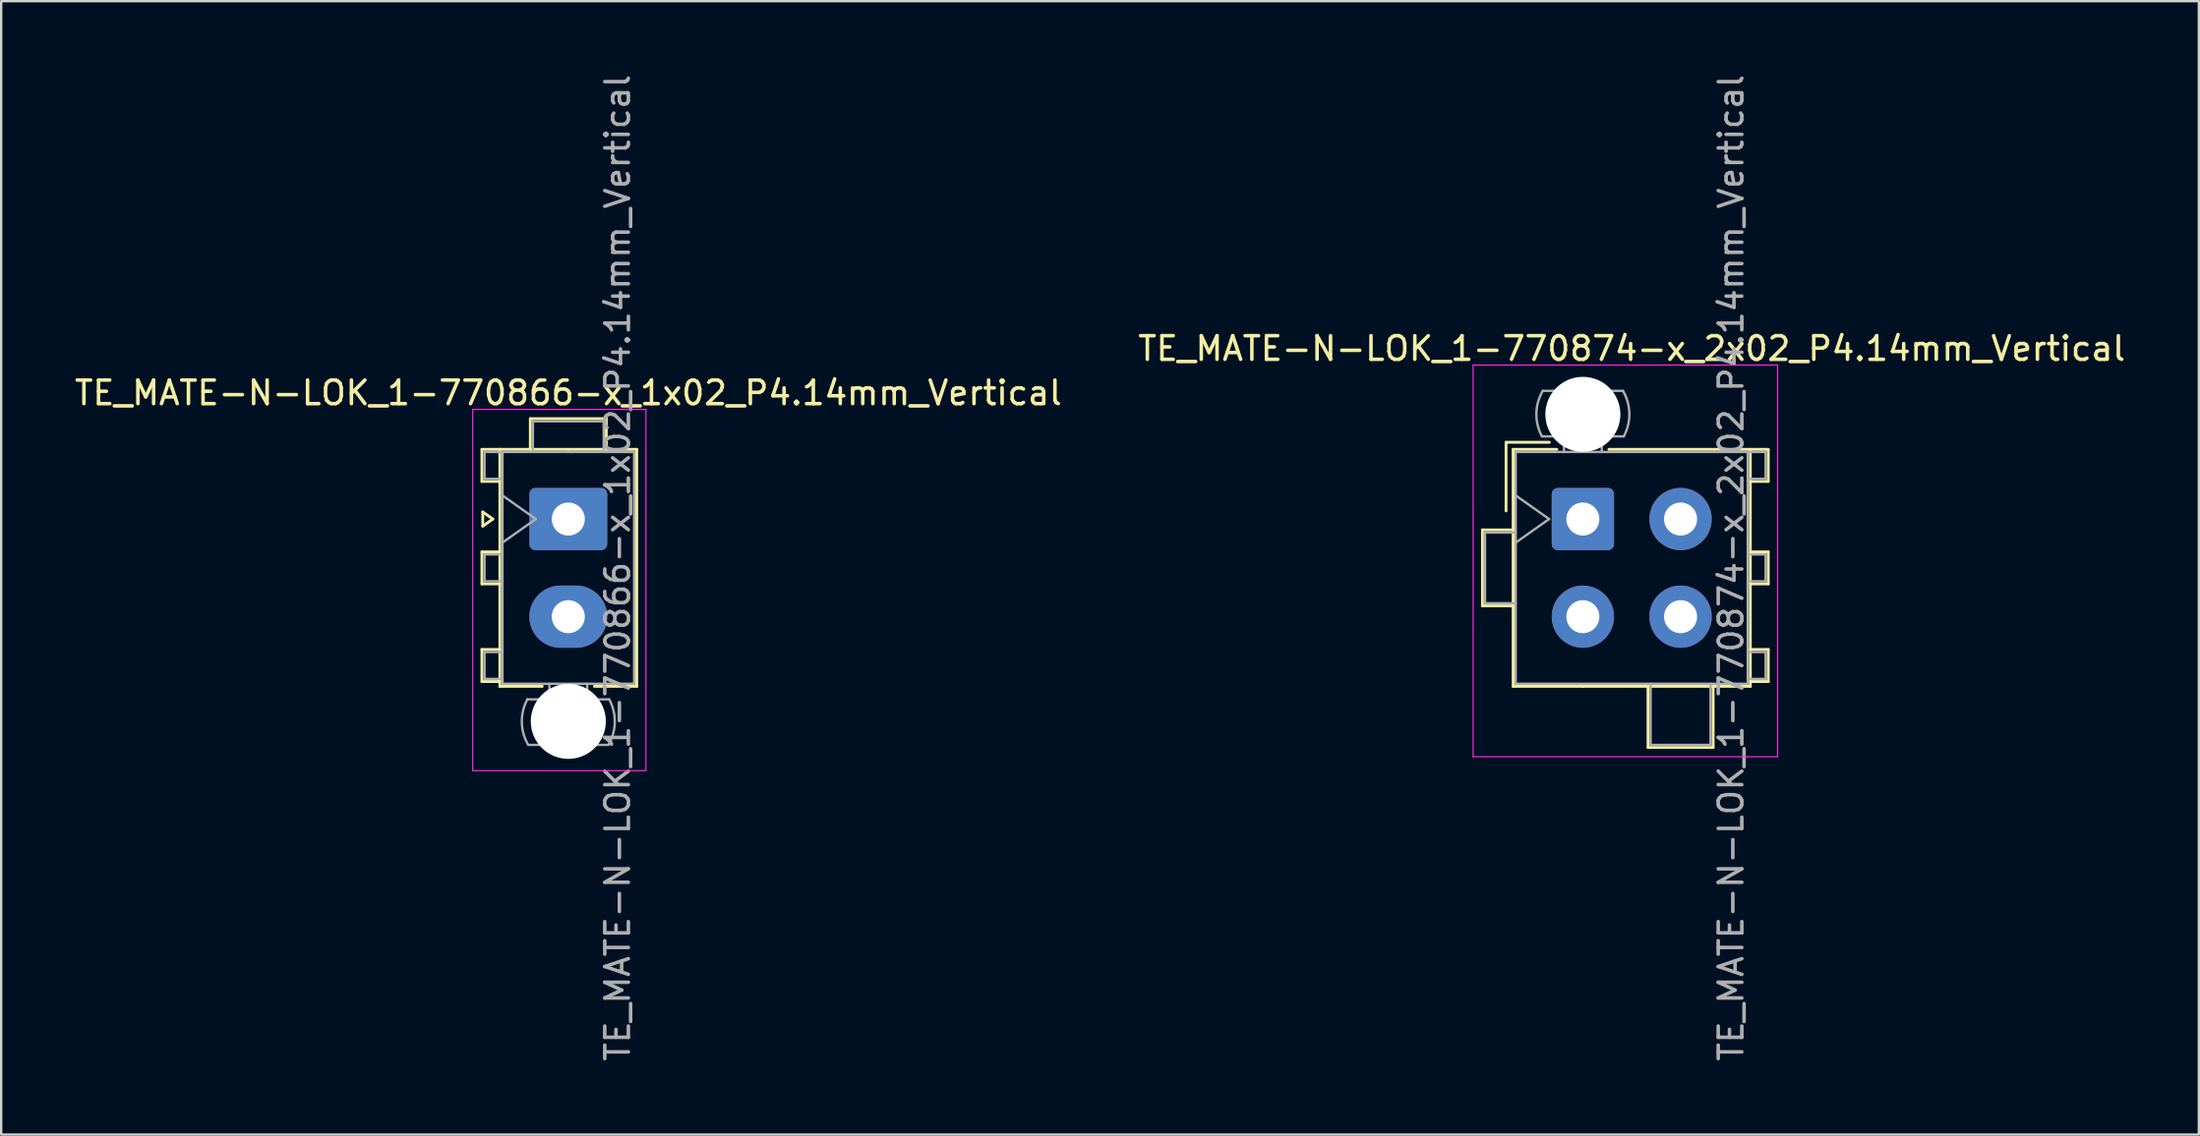
<source format=kicad_pcb>
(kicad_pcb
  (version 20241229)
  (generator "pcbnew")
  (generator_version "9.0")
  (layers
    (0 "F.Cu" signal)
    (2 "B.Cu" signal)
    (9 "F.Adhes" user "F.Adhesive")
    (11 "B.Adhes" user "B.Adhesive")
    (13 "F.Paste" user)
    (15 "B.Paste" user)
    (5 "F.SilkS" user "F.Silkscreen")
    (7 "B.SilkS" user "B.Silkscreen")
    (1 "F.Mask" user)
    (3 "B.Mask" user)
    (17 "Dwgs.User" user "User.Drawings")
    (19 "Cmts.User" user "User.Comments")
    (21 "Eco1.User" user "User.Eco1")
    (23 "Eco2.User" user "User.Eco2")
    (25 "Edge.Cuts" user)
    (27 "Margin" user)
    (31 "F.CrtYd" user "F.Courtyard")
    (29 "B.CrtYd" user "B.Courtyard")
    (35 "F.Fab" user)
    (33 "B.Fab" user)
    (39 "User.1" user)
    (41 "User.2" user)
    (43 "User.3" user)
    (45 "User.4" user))
  (footprint "TE_MATE-N-LOK_1-770874-x_2x02_P4.14mm_Vertical"
    (layer "F.Cu")
    (at 64.019 18.96)
    (property "Reference" "TE_MATE-N-LOK_1-770874-x_2x02_P4.14mm_Vertical" (at 2.07 -7.23 0) (layer "F.SilkS") (effects (font (size 1 1) (thickness 0.15))))
    (attr through_hole)
    (fp_line (start -4.255 0.46) (end -4.255 3.68) (stroke (width 0.12) (type solid)) (layer "F.SilkS"))
    (fp_line (start -4.255 3.68) (end -2.955 3.68) (stroke (width 0.12) (type solid)) (layer "F.SilkS"))
    (fp_line (start -3.255 -3.255) (end -3.255 -0.345) (stroke (width 0.12) (type solid)) (layer "F.SilkS"))
    (fp_line (start -2.955 -2.955) (end -2.955 7.095) (stroke (width 0.12) (type solid)) (layer "F.SilkS"))
    (fp_line (start -2.955 0.46) (end -4.255 0.46) (stroke (width 0.12) (type solid)) (layer "F.SilkS"))
    (fp_line (start -2.955 7.095) (end 0 7.095) (stroke (width 0.12) (type solid)) (layer "F.SilkS"))
    (fp_line (start -1.421 -3.255) (end -3.255 -3.255) (stroke (width 0.12) (type solid)) (layer "F.SilkS"))
    (fp_line (start -1.103 -2.955) (end -2.955 -2.955) (stroke (width 0.12) (type solid)) (layer "F.SilkS"))
    (fp_line (start 1.103 -2.955) (end 7.095 -2.955) (stroke (width 0.12) (type solid)) (layer "F.SilkS"))
    (fp_line (start 2.76 7.095) (end 2.76 9.686) (stroke (width 0.12) (type solid)) (layer "F.SilkS"))
    (fp_line (start 2.76 9.686) (end 5.52 9.686) (stroke (width 0.12) (type solid)) (layer "F.SilkS"))
    (fp_line (start 5.52 9.686) (end 5.52 7.095) (stroke (width 0.12) (type solid)) (layer "F.SilkS"))
    (fp_line (start 7.095 -2.955) (end 7.095 7.095) (stroke (width 0.12) (type solid)) (layer "F.SilkS"))
    (fp_line (start 7.095 -2.955) (end 7.855 -2.955) (stroke (width 0.12) (type solid)) (layer "F.SilkS"))
    (fp_line (start 7.095 1.39) (end 7.855 1.39) (stroke (width 0.12) (type solid)) (layer "F.SilkS"))
    (fp_line (start 7.095 5.53) (end 7.855 5.53) (stroke (width 0.12) (type solid)) (layer "F.SilkS"))
    (fp_line (start 7.095 7.095) (end 0 7.095) (stroke (width 0.12) (type solid)) (layer "F.SilkS"))
    (fp_line (start 7.855 -2.955) (end 7.855 -1.595) (stroke (width 0.12) (type solid)) (layer "F.SilkS"))
    (fp_line (start 7.855 -1.595) (end 7.095 -1.595) (stroke (width 0.12) (type solid)) (layer "F.SilkS"))
    (fp_line (start 7.855 1.39) (end 7.855 2.75) (stroke (width 0.12) (type solid)) (layer "F.SilkS"))
    (fp_line (start 7.855 2.75) (end 7.095 2.75) (stroke (width 0.12) (type solid)) (layer "F.SilkS"))
    (fp_line (start 7.855 5.53) (end 7.855 6.89) (stroke (width 0.12) (type solid)) (layer "F.SilkS"))
    (fp_line (start 7.855 6.89) (end 7.095 6.89) (stroke (width 0.12) (type solid)) (layer "F.SilkS"))
    (fp_line (start -4.65 -6.53) (end -4.65 10.08) (stroke (width 0.05) (type solid)) (layer "F.CrtYd"))
    (fp_line (start -4.65 10.08) (end 8.25 10.08) (stroke (width 0.05) (type solid)) (layer "F.CrtYd"))
    (fp_line (start 8.25 -6.53) (end -4.65 -6.53) (stroke (width 0.05) (type solid)) (layer "F.CrtYd"))
    (fp_line (start 8.25 10.08) (end 8.25 -6.53) (stroke (width 0.05) (type solid)) (layer "F.CrtYd"))
    (fp_line (start -4.145 0.57) (end -4.145 3.57) (stroke (width 0.1) (type solid)) (layer "F.Fab"))
    (fp_line (start -4.145 3.57) (end -2.845 3.57) (stroke (width 0.1) (type solid)) (layer "F.Fab"))
    (fp_line (start -2.845 -2.845) (end -2.845 6.985) (stroke (width 0.1) (type solid)) (layer "F.Fab"))
    (fp_line (start -2.845 -1) (end -1.431 0) (stroke (width 0.1) (type solid)) (layer "F.Fab"))
    (fp_line (start -2.845 0.57) (end -4.145 0.57) (stroke (width 0.1) (type solid)) (layer "F.Fab"))
    (fp_line (start -2.845 6.985) (end 6.985 6.985) (stroke (width 0.1) (type solid)) (layer "F.Fab"))
    (fp_line (start -1.431 0) (end -2.845 1) (stroke (width 0.1) (type solid)) (layer "F.Fab"))
    (fp_line (start -0.8 -2.845) (end -0.8 -3.505) (stroke (width 0.1) (type solid)) (layer "F.Fab"))
    (fp_line (start 0.8 -2.845) (end 0.8 -3.505) (stroke (width 0.1) (type solid)) (layer "F.Fab"))
    (fp_line (start 1.7 -5.436) (end -1.7 -5.436) (stroke (width 0.1) (type solid)) (layer "F.Fab"))
    (fp_line (start 1.734 -3.505) (end -1.734 -3.505) (stroke (width 0.1) (type solid)) (layer "F.Fab"))
    (fp_line (start 2.87 6.985) (end 2.87 9.576) (stroke (width 0.1) (type solid)) (layer "F.Fab"))
    (fp_line (start 2.87 9.576) (end 5.41 9.576) (stroke (width 0.1) (type solid)) (layer "F.Fab"))
    (fp_line (start 5.41 9.576) (end 5.41 6.985) (stroke (width 0.1) (type solid)) (layer "F.Fab"))
    (fp_line (start 6.985 -2.845) (end -2.845 -2.845) (stroke (width 0.1) (type solid)) (layer "F.Fab"))
    (fp_line (start 6.985 -2.845) (end 7.745 -2.845) (stroke (width 0.1) (type solid)) (layer "F.Fab"))
    (fp_line (start 6.985 1.5) (end 7.745 1.5) (stroke (width 0.1) (type solid)) (layer "F.Fab"))
    (fp_line (start 6.985 5.64) (end 7.745 5.64) (stroke (width 0.1) (type solid)) (layer "F.Fab"))
    (fp_line (start 6.985 6.985) (end 6.985 -2.845) (stroke (width 0.1) (type solid)) (layer "F.Fab"))
    (fp_line (start 7.745 -2.845) (end 7.745 -1.705) (stroke (width 0.1) (type solid)) (layer "F.Fab"))
    (fp_line (start 7.745 -1.705) (end 6.985 -1.705) (stroke (width 0.1) (type solid)) (layer "F.Fab"))
    (fp_line (start 7.745 1.5) (end 7.745 2.64) (stroke (width 0.1) (type solid)) (layer "F.Fab"))
    (fp_line (start 7.745 2.64) (end 6.985 2.64) (stroke (width 0.1) (type solid)) (layer "F.Fab"))
    (fp_line (start 7.745 5.64) (end 7.745 6.78) (stroke (width 0.1) (type solid)) (layer "F.Fab"))
    (fp_line (start 7.745 6.78) (end 6.985 6.78) (stroke (width 0.1) (type solid)) (layer "F.Fab"))
    (fp_arc (start -1.733977 -3.505) (mid -1.969689 -4.474992) (end -1.699672 -5.436) (stroke (width 0.1) (type solid)) (layer "F.Fab"))
    (fp_arc (start 1.699672 -5.436) (mid 1.969689 -4.474992) (end 1.733977 -3.505) (stroke (width 0.1) (type solid)) (layer "F.Fab"))
    (fp_text user "${REFERENCE}" (at 6.28 2.07 90) (layer "F.Fab") (effects (font (size 1 1) (thickness 0.15))))
    (pad "" np_thru_hole circle (at 0 -4.44) (size 3.18 3.18) (drill 3.18) (layers "*.Cu" "*.Mask"))
    (pad "1" thru_hole roundrect (at 0 0) (size 2.64 2.64) (drill 1.4) (layers "*.Cu" "*.Mask") (roundrect_rratio 0.095))
    (pad "2" thru_hole circle (at 0 4.14) (size 2.64 2.64) (drill 1.4) (layers "*.Cu" "*.Mask"))
    (pad "3" thru_hole circle (at 4.14 0) (size 2.64 2.64) (drill 1.4) (layers "*.Cu" "*.Mask"))
    (pad "4" thru_hole circle (at 4.14 4.14) (size 2.64 2.64) (drill 1.4) (layers "*.Cu" "*.Mask")))
  (footprint "TE_MATE-N-LOK_1-770866-x_1x02_P4.14mm_Vertical"
    (layer "F.Cu")
    (at 21.03 18.96)
    (property "Reference" "TE_MATE-N-LOK_1-770866-x_1x02_P4.14mm_Vertical" (at 0 -5.35 0) (layer "F.SilkS") (effects (font (size 1 1) (thickness 0.15))))
    (attr through_hole)
    (fp_line (start -3.66 -2.955) (end -3.66 -1.595) (stroke (width 0.12) (type solid)) (layer "F.SilkS"))
    (fp_line (start -3.66 -1.595) (end -2.9 -1.595) (stroke (width 0.12) (type solid)) (layer "F.SilkS"))
    (fp_line (start -3.66 1.39) (end -3.66 2.75) (stroke (width 0.12) (type solid)) (layer "F.SilkS"))
    (fp_line (start -3.66 2.75) (end -2.9 2.75) (stroke (width 0.12) (type solid)) (layer "F.SilkS"))
    (fp_line (start -3.66 5.53) (end -3.66 6.89) (stroke (width 0.12) (type solid)) (layer "F.SilkS"))
    (fp_line (start -3.66 6.89) (end -2.9 6.89) (stroke (width 0.12) (type solid)) (layer "F.SilkS"))
    (fp_line (start -3.624 -0.3) (end -3.2 0) (stroke (width 0.12) (type solid)) (layer "F.SilkS"))
    (fp_line (start -3.624 0.3) (end -3.624 -0.3) (stroke (width 0.12) (type solid)) (layer "F.SilkS"))
    (fp_line (start -3.2 0) (end -3.624 0.3) (stroke (width 0.12) (type solid)) (layer "F.SilkS"))
    (fp_line (start -2.9 -2.955) (end -3.66 -2.955) (stroke (width 0.12) (type solid)) (layer "F.SilkS"))
    (fp_line (start -2.9 -2.955) (end -2.9 7.095) (stroke (width 0.12) (type solid)) (layer "F.SilkS"))
    (fp_line (start -2.9 1.39) (end -3.66 1.39) (stroke (width 0.12) (type solid)) (layer "F.SilkS"))
    (fp_line (start -2.9 5.53) (end -3.66 5.53) (stroke (width 0.12) (type solid)) (layer "F.SilkS"))
    (fp_line (start -2.9 7.095) (end -1.103 7.095) (stroke (width 0.12) (type solid)) (layer "F.SilkS"))
    (fp_line (start -1.61 -4.255) (end 1.61 -4.255) (stroke (width 0.12) (type solid)) (layer "F.SilkS"))
    (fp_line (start -1.61 -2.955) (end -1.61 -4.255) (stroke (width 0.12) (type solid)) (layer "F.SilkS"))
    (fp_line (start 0 -2.955) (end -2.9 -2.955) (stroke (width 0.12) (type solid)) (layer "F.SilkS"))
    (fp_line (start 0 -2.955) (end 2.9 -2.955) (stroke (width 0.12) (type solid)) (layer "F.SilkS"))
    (fp_line (start 1.61 -4.255) (end 1.61 -2.955) (stroke (width 0.12) (type solid)) (layer "F.SilkS"))
    (fp_line (start 2.9 -2.955) (end 2.9 7.095) (stroke (width 0.12) (type solid)) (layer "F.SilkS"))
    (fp_line (start 2.9 7.095) (end 1.103 7.095) (stroke (width 0.12) (type solid)) (layer "F.SilkS"))
    (fp_line (start -4.05 -4.65) (end -4.05 10.67) (stroke (width 0.05) (type solid)) (layer "F.CrtYd"))
    (fp_line (start -4.05 10.67) (end 3.29 10.67) (stroke (width 0.05) (type solid)) (layer "F.CrtYd"))
    (fp_line (start 3.29 -4.65) (end -4.05 -4.65) (stroke (width 0.05) (type solid)) (layer "F.CrtYd"))
    (fp_line (start 3.29 10.67) (end 3.29 -4.65) (stroke (width 0.05) (type solid)) (layer "F.CrtYd"))
    (fp_line (start -3.55 -2.845) (end -3.55 -1.705) (stroke (width 0.1) (type solid)) (layer "F.Fab"))
    (fp_line (start -3.55 -1.705) (end -2.79 -1.705) (stroke (width 0.1) (type solid)) (layer "F.Fab"))
    (fp_line (start -3.55 1.5) (end -3.55 2.64) (stroke (width 0.1) (type solid)) (layer "F.Fab"))
    (fp_line (start -3.55 2.64) (end -2.79 2.64) (stroke (width 0.1) (type solid)) (layer "F.Fab"))
    (fp_line (start -3.55 5.64) (end -3.55 6.78) (stroke (width 0.1) (type solid)) (layer "F.Fab"))
    (fp_line (start -3.55 6.78) (end -2.79 6.78) (stroke (width 0.1) (type solid)) (layer "F.Fab"))
    (fp_line (start -2.79 -2.845) (end -3.55 -2.845) (stroke (width 0.1) (type solid)) (layer "F.Fab"))
    (fp_line (start -2.79 -2.845) (end -2.79 6.985) (stroke (width 0.1) (type solid)) (layer "F.Fab"))
    (fp_line (start -2.79 -1) (end -1.376 0) (stroke (width 0.1) (type solid)) (layer "F.Fab"))
    (fp_line (start -2.79 1.5) (end -3.55 1.5) (stroke (width 0.1) (type solid)) (layer "F.Fab"))
    (fp_line (start -2.79 5.64) (end -3.55 5.64) (stroke (width 0.1) (type solid)) (layer "F.Fab"))
    (fp_line (start -2.79 6.985) (end 2.79 6.985) (stroke (width 0.1) (type solid)) (layer "F.Fab"))
    (fp_line (start -1.5 -4.145) (end 1.5 -4.145) (stroke (width 0.1) (type solid)) (layer "F.Fab"))
    (fp_line (start -1.5 -2.845) (end -1.5 -4.145) (stroke (width 0.1) (type solid)) (layer "F.Fab"))
    (fp_line (start -1.376 0) (end -2.79 1) (stroke (width 0.1) (type solid)) (layer "F.Fab"))
    (fp_line (start -0.8 6.985) (end -0.8 7.645) (stroke (width 0.1) (type solid)) (layer "F.Fab"))
    (fp_line (start 0.8 6.985) (end 0.8 7.645) (stroke (width 0.1) (type solid)) (layer "F.Fab"))
    (fp_line (start 1.5 -4.145) (end 1.5 -2.845) (stroke (width 0.1) (type solid)) (layer "F.Fab"))
    (fp_line (start 1.7 9.576) (end -1.7 9.576) (stroke (width 0.1) (type solid)) (layer "F.Fab"))
    (fp_line (start 1.734 7.645) (end -1.734 7.645) (stroke (width 0.1) (type solid)) (layer "F.Fab"))
    (fp_line (start 2.79 -2.845) (end -2.79 -2.845) (stroke (width 0.1) (type solid)) (layer "F.Fab"))
    (fp_line (start 2.79 6.985) (end 2.79 -2.845) (stroke (width 0.1) (type solid)) (layer "F.Fab"))
    (fp_arc (start -1.699672 9.576) (mid -1.969689 8.614992) (end -1.733977 7.645) (stroke (width 0.1) (type solid)) (layer "F.Fab"))
    (fp_arc (start 1.733977 7.645) (mid 1.969689 8.614992) (end 1.699672 9.576) (stroke (width 0.1) (type solid)) (layer "F.Fab"))
    (fp_text user "${REFERENCE}" (at 2.09 2.07 90) (layer "F.Fab") (effects (font (size 1 1) (thickness 0.15))))
    (pad "" np_thru_hole circle (at 0 8.58) (size 3.18 3.18) (drill 3.18) (layers "*.Cu" "*.Mask"))
    (pad "1" thru_hole roundrect (at 0 0) (size 3.3 2.64) (drill 1.4) (layers "*.Cu" "*.Mask") (roundrect_rratio 0.095))
    (pad "2" thru_hole oval (at 0 4.14) (size 3.3 2.64) (drill 1.4) (layers "*.Cu" "*.Mask")))
  (gr_rect
    (start -3 -3)
    (end 90.119 45.06)
    (stroke (width 0.1) (type default))
    (fill no)
    (layer "Edge.Cuts")))
</source>
